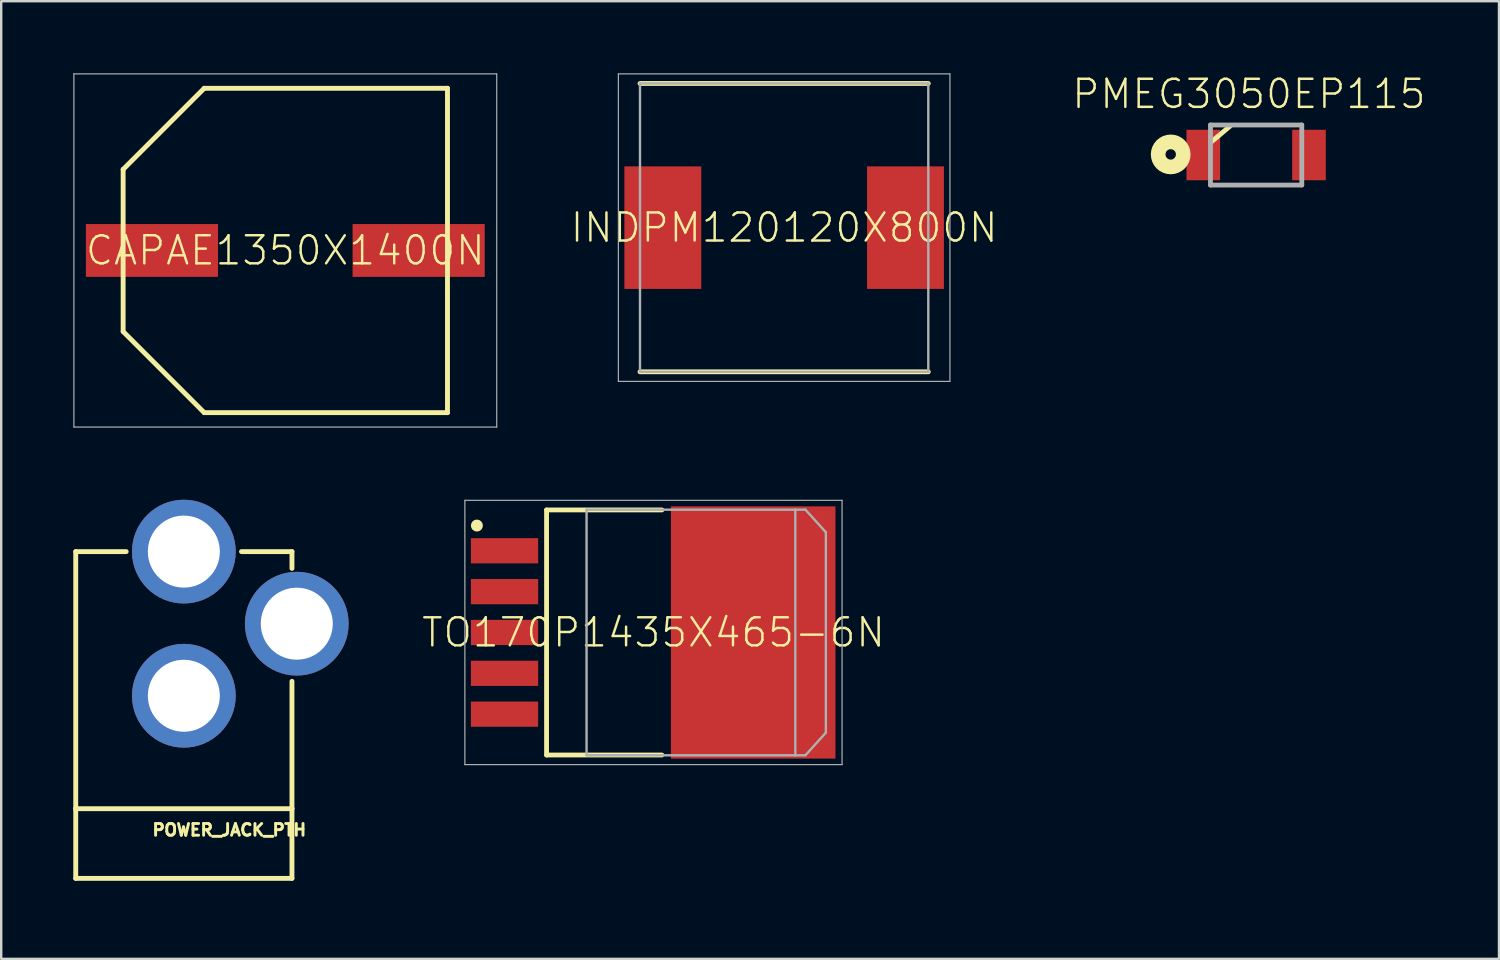
<source format=kicad_pcb>
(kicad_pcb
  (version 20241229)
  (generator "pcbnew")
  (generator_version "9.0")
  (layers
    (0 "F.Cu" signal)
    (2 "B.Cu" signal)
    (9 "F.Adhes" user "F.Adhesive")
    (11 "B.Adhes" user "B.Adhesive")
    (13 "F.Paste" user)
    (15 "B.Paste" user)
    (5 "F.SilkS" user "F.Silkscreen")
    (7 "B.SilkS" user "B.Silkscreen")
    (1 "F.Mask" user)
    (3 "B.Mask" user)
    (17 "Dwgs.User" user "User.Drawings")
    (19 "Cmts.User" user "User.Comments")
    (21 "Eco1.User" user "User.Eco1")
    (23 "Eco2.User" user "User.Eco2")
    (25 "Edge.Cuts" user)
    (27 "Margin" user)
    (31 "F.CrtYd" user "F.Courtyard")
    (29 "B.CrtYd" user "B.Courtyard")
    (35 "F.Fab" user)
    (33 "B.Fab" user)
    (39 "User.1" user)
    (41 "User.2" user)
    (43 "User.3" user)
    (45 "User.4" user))
  (footprint "PMEG3050EP115"
    (layer "F.Cu")
    (at 49.233 3.402)
    (property "Reference" "PMEG3050EP115" (at -0.3 -2.54 0) (layer "F.SilkS") (effects (font (size 1.168 1.168) (thickness 0.102))))
    (fp_line (start -1.88 -0.533) (end -1.067 -1.219) (stroke (width 0.2) (type solid)) (layer "F.SilkS"))
    (fp_circle (center -3.556 -0.025) (end -3.339 -0.025) (stroke (width 0.61) (type solid)) (fill no) (layer "F.SilkS"))
    (fp_line (start -1.9 -1.25) (end 1.9 -1.25) (stroke (width 0.2) (type solid)) (layer "F.Fab"))
    (fp_line (start -1.9 1.25) (end -1.9 -1.25) (stroke (width 0.2) (type solid)) (layer "F.Fab"))
    (fp_line (start 1.9 -1.25) (end 1.9 1.25) (stroke (width 0.2) (type solid)) (layer "F.Fab"))
    (fp_line (start 1.9 1.25) (end -1.9 1.25) (stroke (width 0.2) (type solid)) (layer "F.Fab"))
    (pad "1" smd rect (at -2.2 0 90) (size 2.1 1.4) (layers "F.Cu" "F.Mask" "F.Paste"))
    (pad "2" smd rect (at 2.2 0 90) (size 2.1 1.4) (layers "F.Cu" "F.Mask" "F.Paste")))
  (footprint "CAPAE1350X1400N"
    (layer "F.Cu")
    (at 8.825 7.375)
    (property "Reference" "CAPAE1350X1400N" (at 0 0 0) (layer "F.SilkS") (effects (font (size 1.168 1.168) (thickness 0.102))))
    (fp_line (start -6.75 -3.375) (end -6.75 3.375) (stroke (width 0.203) (type solid)) (layer "F.SilkS"))
    (fp_line (start -6.75 3.375) (end -3.375 6.75) (stroke (width 0.203) (type solid)) (layer "F.SilkS"))
    (fp_line (start -3.375 -6.75) (end -6.75 -3.375) (stroke (width 0.203) (type solid)) (layer "F.SilkS"))
    (fp_line (start -3.375 6.75) (end 6.75 6.75) (stroke (width 0.203) (type solid)) (layer "F.SilkS"))
    (fp_line (start 6.75 -6.75) (end -3.375 -6.75) (stroke (width 0.203) (type solid)) (layer "F.SilkS"))
    (fp_line (start 6.75 6.75) (end 6.75 -6.75) (stroke (width 0.203) (type solid)) (layer "F.SilkS"))
    (fp_line (start -8.8 -7.35) (end 8.8 -7.35) (stroke (width 0.05) (type solid)) (layer "F.Fab"))
    (fp_line (start -8.8 7.35) (end -8.8 -7.35) (stroke (width 0.05) (type solid)) (layer "F.Fab"))
    (fp_line (start 8.8 -7.35) (end 8.8 7.35) (stroke (width 0.05) (type solid)) (layer "F.Fab"))
    (fp_line (start 8.8 7.35) (end -8.8 7.35) (stroke (width 0.05) (type solid)) (layer "F.Fab"))
    (pad "1" smd rect (at -5.55 0) (size 5.5 2.2) (layers "F.Cu" "F.Mask" "F.Paste"))
    (pad "2" smd rect (at 5.55 0) (size 5.5 2.2) (layers "F.Cu" "F.Mask" "F.Paste")))
  (footprint "INDPM120120X800N"
    (layer "F.Cu")
    (at 29.588 6.425)
    (property "Reference" "INDPM120120X800N" (at 0 0 0) (layer "F.SilkS") (effects (font (size 1.168 1.168) (thickness 0.102))))
    (fp_line (start -6 6) (end 6 6) (stroke (width 0.2) (type solid)) (layer "F.SilkS"))
    (fp_line (start 6 -6) (end -6 -6) (stroke (width 0.2) (type solid)) (layer "F.SilkS"))
    (fp_line (start -6.9 -6.4) (end 6.9 -6.4) (stroke (width 0.05) (type solid)) (layer "F.Fab"))
    (fp_line (start -6.9 6.4) (end -6.9 -6.4) (stroke (width 0.05) (type solid)) (layer "F.Fab"))
    (fp_line (start -6 -6) (end 6 -6) (stroke (width 0.1) (type solid)) (layer "F.Fab"))
    (fp_line (start -6 6) (end -6 -6) (stroke (width 0.1) (type solid)) (layer "F.Fab"))
    (fp_line (start 6 -6) (end 6 6) (stroke (width 0.1) (type solid)) (layer "F.Fab"))
    (fp_line (start 6 6) (end -6 6) (stroke (width 0.1) (type solid)) (layer "F.Fab"))
    (fp_line (start 6.9 -6.4) (end 6.9 6.4) (stroke (width 0.05) (type solid)) (layer "F.Fab"))
    (fp_line (start 6.9 6.4) (end -6.9 6.4) (stroke (width 0.05) (type solid)) (layer "F.Fab"))
    (pad "1" smd rect (at -5.05 0 90) (size 5.1 3.2) (layers "F.Cu" "F.Mask" "F.Paste"))
    (pad "2" smd rect (at 5.05 0 90) (size 5.1 3.2) (layers "F.Cu" "F.Mask" "F.Paste")))
  (footprint "TO170P1435X465-6N"
    (layer "F.Cu")
    (at 24.149 23.275)
    (property "Reference" "TO170P1435X465-6N" (at 0 0 0) (layer "F.SilkS") (effects (font (size 1.168 1.168) (thickness 0.102))))
    (fp_line (start -4.45 -5.1) (end 0.35 -5.1) (stroke (width 0.2) (type solid)) (layer "F.SilkS"))
    (fp_line (start -4.45 5.1) (end -4.45 -5.1) (stroke (width 0.2) (type solid)) (layer "F.SilkS"))
    (fp_line (start 0.35 5.1) (end -4.45 5.1) (stroke (width 0.2) (type solid)) (layer "F.SilkS"))
    (fp_circle (center -7.35 -4.45) (end -7.225 -4.45) (stroke (width 0.25) (type solid)) (fill no) (layer "F.SilkS"))
    (fp_line (start -7.85 -5.5) (end -7.85 5.5) (stroke (width 0.05) (type solid)) (layer "F.Fab"))
    (fp_line (start -7.85 5.5) (end 7.85 5.5) (stroke (width 0.05) (type solid)) (layer "F.Fab"))
    (fp_line (start -2.885 -5.205) (end -2.885 5.205) (stroke (width 0.001) (type solid)) (layer "F.Fab"))
    (fp_line (start -2.885 5.205) (end 6.005 5.205) (stroke (width 0.001) (type solid)) (layer "F.Fab"))
    (fp_line (start -2.785 -5.112) (end -2.785 5.112) (stroke (width 0.1) (type solid)) (layer "F.Fab"))
    (fp_line (start -2.785 5.112) (end 5.905 5.112) (stroke (width 0.1) (type solid)) (layer "F.Fab"))
    (fp_line (start 5.905 -5.112) (end -2.785 -5.112) (stroke (width 0.1) (type solid)) (layer "F.Fab"))
    (fp_line (start 5.905 5.112) (end 5.905 -5.112) (stroke (width 0.1) (type solid)) (layer "F.Fab"))
    (fp_line (start 5.905 5.112) (end 6.324 5.112) (stroke (width 0.1) (type solid)) (layer "F.Fab"))
    (fp_line (start 6.005 -5.205) (end -2.885 -5.205) (stroke (width 0.001) (type solid)) (layer "F.Fab"))
    (fp_line (start 6.005 5.205) (end 6.005 -5.205) (stroke (width 0.001) (type solid)) (layer "F.Fab"))
    (fp_line (start 6.324 -5.112) (end 5.905 -5.112) (stroke (width 0.1) (type solid)) (layer "F.Fab"))
    (fp_line (start 6.324 5.112) (end 7.175 4.17) (stroke (width 0.1) (type solid)) (layer "F.Fab"))
    (fp_line (start 7.175 -4.17) (end 6.324 -5.112) (stroke (width 0.1) (type solid)) (layer "F.Fab"))
    (fp_line (start 7.175 4.17) (end 7.175 -4.17) (stroke (width 0.1) (type solid)) (layer "F.Fab"))
    (fp_line (start 7.85 -5.5) (end -7.85 -5.5) (stroke (width 0.05) (type solid)) (layer "F.Fab"))
    (fp_line (start 7.85 5.5) (end 7.85 -5.5) (stroke (width 0.05) (type solid)) (layer "F.Fab"))
    (pad "1" smd rect (at -6.2 -3.4) (size 2.8 1.05) (layers "F.Cu" "F.Mask" "F.Paste"))
    (pad "2" smd rect (at -6.2 -1.7) (size 2.8 1.05) (layers "F.Cu" "F.Mask" "F.Paste"))
    (pad "3" smd rect (at -6.2 0) (size 2.8 1.05) (layers "F.Cu" "F.Mask" "F.Paste"))
    (pad "4" smd rect (at -6.2 1.7) (size 2.8 1.05) (layers "F.Cu" "F.Mask" "F.Paste"))
    (pad "5" smd rect (at -6.2 3.4) (size 2.8 1.05) (layers "F.Cu" "F.Mask" "F.Paste"))
    (pad "6" smd rect (at 4.15 0 90) (size 10.5 6.85) (layers "F.Cu" "F.Mask" "F.Paste")))
  (footprint "POWER_JACK_PTH"
    (layer "F.Cu")
    (at 4.602 33.609)
    (property "Reference" "POWER_JACK_PTH" (at -1.372 -1.829 0) (layer "F.SilkS") (effects (font (size 0.488 0.488) (thickness 0.122)) (justify left bottom)))
    (fp_line (start -4.5 -13.7) (end -2.4 -13.7) (stroke (width 0.203) (type solid)) (layer "F.SilkS"))
    (fp_line (start -4.5 -3) (end -4.5 -13.7) (stroke (width 0.203) (type solid)) (layer "F.SilkS"))
    (fp_line (start -4.5 -3) (end -4.5 -0.1) (stroke (width 0.203) (type solid)) (layer "F.SilkS"))
    (fp_line (start -4.5 -3) (end 4.5 -3) (stroke (width 0.203) (type solid)) (layer "F.SilkS"))
    (fp_line (start 4.5 -13.7) (end 2.4 -13.7) (stroke (width 0.203) (type solid)) (layer "F.SilkS"))
    (fp_line (start 4.5 -13.7) (end 4.5 -13) (stroke (width 0.203) (type solid)) (layer "F.SilkS"))
    (fp_line (start 4.5 -3) (end 4.5 -8.3) (stroke (width 0.203) (type solid)) (layer "F.SilkS"))
    (fp_line (start 4.5 -0.1) (end -4.5 -0.1) (stroke (width 0.203) (type solid)) (layer "F.SilkS"))
    (fp_line (start 4.5 -0.1) (end 4.5 -3) (stroke (width 0.203) (type solid)) (layer "F.SilkS"))
    (pad "GND" thru_hole circle (at 0 -7.7) (size 4.318 4.318) (drill 2.997) (layers "*.Cu" "*.Mask"))
    (pad "GNDBREAK" thru_hole circle (at 4.7 -10.7 90) (size 4.318 4.318) (drill 2.997) (layers "*.Cu" "*.Mask"))
    (pad "PWR" thru_hole circle (at 0 -13.7) (size 4.318 4.318) (drill 2.997) (layers "*.Cu" "*.Mask")))
  (gr_rect
    (start -3 -3)
    (end 59.341 36.859)
    (stroke (width 0.1) (type default))
    (fill no)
    (layer "Edge.Cuts")))
</source>
